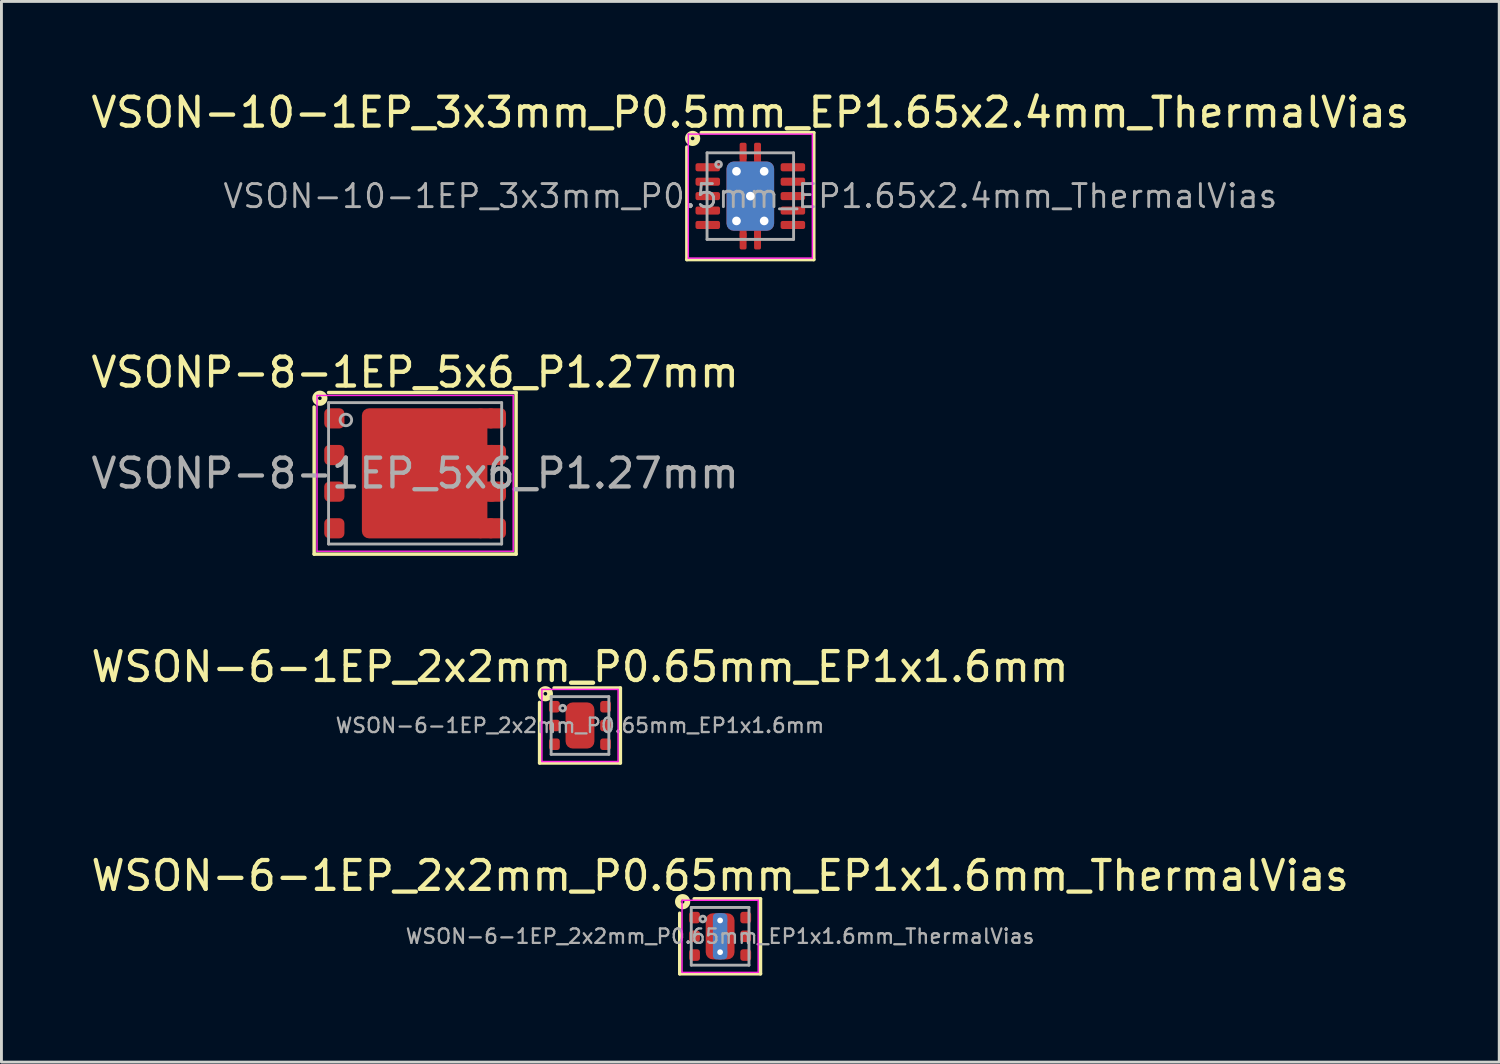
<source format=kicad_pcb>
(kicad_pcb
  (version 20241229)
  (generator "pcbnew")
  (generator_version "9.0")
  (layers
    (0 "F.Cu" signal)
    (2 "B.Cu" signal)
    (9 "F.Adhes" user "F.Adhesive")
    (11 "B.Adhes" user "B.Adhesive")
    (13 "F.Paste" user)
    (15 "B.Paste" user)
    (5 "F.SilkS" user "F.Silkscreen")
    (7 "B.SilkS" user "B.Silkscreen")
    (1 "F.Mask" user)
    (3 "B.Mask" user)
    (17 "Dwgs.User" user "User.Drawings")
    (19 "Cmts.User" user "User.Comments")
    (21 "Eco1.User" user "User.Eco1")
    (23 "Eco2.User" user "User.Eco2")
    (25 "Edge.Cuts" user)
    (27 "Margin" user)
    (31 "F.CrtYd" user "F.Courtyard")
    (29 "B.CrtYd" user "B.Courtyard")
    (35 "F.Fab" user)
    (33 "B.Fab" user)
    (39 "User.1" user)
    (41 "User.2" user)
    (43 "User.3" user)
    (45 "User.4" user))
  (footprint "WSON-6-1EP_2x2mm_P0.65mm_EP1x1.6mm"
    (layer "F.Cu")
    (at 17.054 22.097)
    (property "Reference" "WSON-6-1EP_2x2mm_P0.65mm_EP1x1.6mm" (at 0 -2.032 0) (layer "F.SilkS") (effects (font (size 1 1) (thickness 0.15))))
    (attr smd)
    (fp_line (start -1.4 1.3) (end -1.4 -0.8) (stroke (width 0.12) (type solid)) (layer "F.SilkS"))
    (fp_line (start -0.9 -1.3) (end 1.4 -1.3) (stroke (width 0.12) (type solid)) (layer "F.SilkS"))
    (fp_line (start 1.4 -1.3) (end 1.4 1.3) (stroke (width 0.12) (type solid)) (layer "F.SilkS"))
    (fp_line (start 1.4 1.3) (end -1.4 1.3) (stroke (width 0.12) (type solid)) (layer "F.SilkS"))
    (fp_circle (center -1.2 -1.1) (end -1.137 -1.1) (stroke (width 0.2) (type solid)) (fill no) (layer "F.SilkS"))
    (fp_line (start -1.32 -1.25) (end -1.32 1.25) (stroke (width 0.05) (type solid)) (layer "F.CrtYd"))
    (fp_line (start -1.32 1.25) (end 1.32 1.25) (stroke (width 0.05) (type solid)) (layer "F.CrtYd"))
    (fp_line (start 1.32 -1.25) (end -1.32 -1.25) (stroke (width 0.05) (type solid)) (layer "F.CrtYd"))
    (fp_line (start 1.32 1.25) (end 1.32 -1.25) (stroke (width 0.05) (type solid)) (layer "F.CrtYd"))
    (fp_line (start -1 -1) (end 1 -1) (stroke (width 0.1) (type solid)) (layer "F.Fab"))
    (fp_line (start -1 1) (end -1 -1) (stroke (width 0.1) (type solid)) (layer "F.Fab"))
    (fp_line (start 1 -1) (end 1 1) (stroke (width 0.1) (type solid)) (layer "F.Fab"))
    (fp_line (start 1 1) (end -1 1) (stroke (width 0.1) (type solid)) (layer "F.Fab"))
    (fp_circle (center -0.6 -0.6) (end -0.5 -0.6) (stroke (width 0.1) (type solid)) (fill no) (layer "F.Fab"))
    (fp_text user "${REFERENCE}" (at 0 0 0) (layer "F.Fab") (effects (font (size 0.5 0.5) (thickness 0.08))))
    (pad "" smd roundrect (at 0 -0.4) (size 0.81 0.64) (layers "F.Paste") (roundrect_rratio 0.25))
    (pad "" smd roundrect (at 0 0.4) (size 0.81 0.64) (layers "F.Paste") (roundrect_rratio 0.25))
    (pad "1" smd roundrect (at -0.887 -0.65) (size 0.375 0.4) (layers "F.Cu" "F.Mask" "F.Paste") (roundrect_rratio 0.25))
    (pad "2" smd roundrect (at -0.887 0) (size 0.375 0.4) (layers "F.Cu" "F.Mask" "F.Paste") (roundrect_rratio 0.25))
    (pad "3" smd roundrect (at -0.887 0.65) (size 0.375 0.4) (layers "F.Cu" "F.Mask" "F.Paste") (roundrect_rratio 0.25))
    (pad "4" smd roundrect (at 0.887 0.65) (size 0.375 0.4) (layers "F.Cu" "F.Mask" "F.Paste") (roundrect_rratio 0.25))
    (pad "5" smd roundrect (at 0.887 0) (size 0.375 0.4) (layers "F.Cu" "F.Mask" "F.Paste") (roundrect_rratio 0.25))
    (pad "6" smd roundrect (at 0.887 -0.65) (size 0.375 0.4) (layers "F.Cu" "F.Mask" "F.Paste") (roundrect_rratio 0.25))
    (pad "7" smd roundrect (at 0 0) (size 1 1.6) (layers "F.Cu" "F.Mask") (roundrect_rratio 0.25)))
  (footprint "VSON-10-1EP_3x3mm_P0.5mm_EP1.65x2.4mm_ThermalVias"
    (layer "F.Cu")
    (at 22.958 3.748)
    (property "Reference" "VSON-10-1EP_3x3mm_P0.5mm_EP1.65x2.4mm_ThermalVias" (at 0 -2.9 0) (layer "F.SilkS") (effects (font (size 1 1) (thickness 0.15))))
    (attr smd)
    (fp_line (start -2.2 2.2) (end -2.2 -1.7) (stroke (width 0.12) (type solid)) (layer "F.SilkS"))
    (fp_line (start -1.7 -2.2) (end 2.2 -2.2) (stroke (width 0.12) (type solid)) (layer "F.SilkS"))
    (fp_line (start 2.2 -2.2) (end 2.2 2.2) (stroke (width 0.12) (type solid)) (layer "F.SilkS"))
    (fp_line (start 2.2 2.2) (end -2.2 2.2) (stroke (width 0.12) (type solid)) (layer "F.SilkS"))
    (fp_circle (center -2 -2) (end -1.937 -2) (stroke (width 0.2) (type solid)) (fill no) (layer "F.SilkS"))
    (fp_line (start -2.15 -2.15) (end 2.15 -2.15) (stroke (width 0.05) (type solid)) (layer "F.CrtYd"))
    (fp_line (start -2.15 2.15) (end -2.15 -2.15) (stroke (width 0.05) (type solid)) (layer "F.CrtYd"))
    (fp_line (start 2.15 -2.15) (end 2.15 2.15) (stroke (width 0.05) (type solid)) (layer "F.CrtYd"))
    (fp_line (start 2.15 2.15) (end -2.15 2.15) (stroke (width 0.05) (type solid)) (layer "F.CrtYd"))
    (fp_line (start -1.5 -1.5) (end -1.5 1.5) (stroke (width 0.1) (type solid)) (layer "F.Fab"))
    (fp_line (start -1.5 -1.5) (end 1.5 -1.5) (stroke (width 0.1) (type solid)) (layer "F.Fab"))
    (fp_line (start -1.5 1.5) (end 1.5 1.5) (stroke (width 0.1) (type solid)) (layer "F.Fab"))
    (fp_line (start 1.5 -1.5) (end 1.5 1.5) (stroke (width 0.1) (type solid)) (layer "F.Fab"))
    (fp_circle (center -1.1 -1.1) (end -1 -1.1) (stroke (width 0.1) (type solid)) (fill no) (layer "F.Fab"))
    (fp_text user "${REFERENCE}" (at 0 0 0) (layer "F.Fab") (effects (font (size 0.8 0.8) (thickness 0.1))))
    (pad "" smd roundrect (at 0 -0.6) (size 1.5 1) (layers "F.Paste") (roundrect_rratio 0.1))
    (pad "" smd roundrect (at 0 0.6) (size 1.5 1) (layers "F.Paste") (roundrect_rratio 0.1))
    (pad "1" smd roundrect (at -1.475 -1) (size 0.85 0.28) (layers "F.Cu" "F.Mask" "F.Paste") (roundrect_rratio 0.25))
    (pad "2" smd roundrect (at -1.475 -0.5) (size 0.85 0.28) (layers "F.Cu" "F.Mask" "F.Paste") (roundrect_rratio 0.25))
    (pad "3" smd roundrect (at -1.475 0) (size 0.85 0.28) (layers "F.Cu" "F.Mask" "F.Paste") (roundrect_rratio 0.25))
    (pad "4" smd roundrect (at -1.475 0.5) (size 0.85 0.28) (layers "F.Cu" "F.Mask" "F.Paste") (roundrect_rratio 0.25))
    (pad "5" smd roundrect (at -1.475 1) (size 0.85 0.28) (layers "F.Cu" "F.Mask" "F.Paste") (roundrect_rratio 0.25))
    (pad "6" smd roundrect (at 1.475 1) (size 0.85 0.28) (layers "F.Cu" "F.Mask" "F.Paste") (roundrect_rratio 0.25))
    (pad "7" smd roundrect (at 1.475 0.5) (size 0.85 0.28) (layers "F.Cu" "F.Mask" "F.Paste") (roundrect_rratio 0.25))
    (pad "8" smd roundrect (at 1.475 0) (size 0.85 0.28) (layers "F.Cu" "F.Mask" "F.Paste") (roundrect_rratio 0.25))
    (pad "9" smd roundrect (at 1.475 -0.5) (size 0.85 0.28) (layers "F.Cu" "F.Mask" "F.Paste") (roundrect_rratio 0.25))
    (pad "10" smd roundrect (at 1.475 -1) (size 0.85 0.28) (layers "F.Cu" "F.Mask" "F.Paste") (roundrect_rratio 0.25))
    (pad "11" thru_hole circle (at -0.48 -0.86) (size 0.6 0.6) (drill 0.3) (property pad_prop_heatsink) (layers "*.Cu"))
    (pad "11" thru_hole circle (at -0.48 0.86) (size 0.6 0.6) (drill 0.3) (property pad_prop_heatsink) (layers "*.Cu"))
    (pad "11" smd roundrect (at -0.25 -1.55 90) (size 0.6 0.24) (layers "F.Cu" "F.Mask" "F.Paste") (roundrect_rratio 0.25))
    (pad "11" smd rect (at -0.25 -1.24 90) (size 0.5 0.24) (layers "F.Cu" "F.Mask"))
    (pad "11" smd rect (at -0.25 1.18 90) (size 0.5 0.24) (layers "F.Cu" "F.Mask"))
    (pad "11" smd roundrect (at -0.25 1.55 90) (size 0.6 0.24) (layers "F.Cu" "F.Mask" "F.Paste") (roundrect_rratio 0.25))
    (pad "11" thru_hole circle (at 0 0) (size 0.6 0.6) (drill 0.3) (property pad_prop_heatsink) (layers "*.Cu"))
    (pad "11" smd roundrect (at 0 0) (size 1.65 2.4) (layers "F.Cu" "F.Mask") (roundrect_rratio 0.152))
    (pad "11" smd roundrect (at 0 0) (size 1.65 2.4) (layers "B.Cu" "B.Mask") (roundrect_rratio 0.152))
    (pad "11" smd roundrect (at 0.25 -1.55 90) (size 0.6 0.24) (layers "F.Cu" "F.Mask" "F.Paste") (roundrect_rratio 0.25))
    (pad "11" smd rect (at 0.25 -1.22 90) (size 0.5 0.24) (layers "F.Cu" "F.Mask"))
    (pad "11" smd rect (at 0.25 1.16 90) (size 0.5 0.24) (layers "F.Cu" "F.Mask"))
    (pad "11" smd roundrect (at 0.25 1.55 90) (size 0.6 0.24) (layers "F.Cu" "F.Mask" "F.Paste") (roundrect_rratio 0.25))
    (pad "11" thru_hole circle (at 0.48 -0.86) (size 0.6 0.6) (drill 0.3) (property pad_prop_heatsink) (layers "*.Cu"))
    (pad "11" thru_hole circle (at 0.48 0.86) (size 0.6 0.6) (drill 0.3) (property pad_prop_heatsink) (layers "*.Cu")))
  (footprint "WSON-6-1EP_2x2mm_P0.65mm_EP1x1.6mm_ThermalVias"
    (layer "F.Cu")
    (at 21.911 29.405)
    (property "Reference" "WSON-6-1EP_2x2mm_P0.65mm_EP1x1.6mm_ThermalVias" (at 0 -2.1 0) (layer "F.SilkS") (effects (font (size 1 1) (thickness 0.15))))
    (attr smd)
    (fp_line (start -1.4 1.3) (end -1.4 -0.8) (stroke (width 0.12) (type solid)) (layer "F.SilkS"))
    (fp_line (start -0.9 -1.3) (end 1.4 -1.3) (stroke (width 0.12) (type solid)) (layer "F.SilkS"))
    (fp_line (start 1.4 -1.3) (end 1.4 1.3) (stroke (width 0.12) (type solid)) (layer "F.SilkS"))
    (fp_line (start 1.4 1.3) (end -1.4 1.3) (stroke (width 0.12) (type solid)) (layer "F.SilkS"))
    (fp_circle (center -1.3 -1.2) (end -1.236 -1.2) (stroke (width 0.2) (type solid)) (fill no) (layer "F.SilkS"))
    (fp_line (start -1.32 -1.25) (end -1.32 1.25) (stroke (width 0.05) (type solid)) (layer "F.CrtYd"))
    (fp_line (start -1.32 1.25) (end 1.32 1.25) (stroke (width 0.05) (type solid)) (layer "F.CrtYd"))
    (fp_line (start 1.32 -1.25) (end -1.32 -1.25) (stroke (width 0.05) (type solid)) (layer "F.CrtYd"))
    (fp_line (start 1.32 1.25) (end 1.32 -1.25) (stroke (width 0.05) (type solid)) (layer "F.CrtYd"))
    (fp_line (start -1 -1) (end 1 -1) (stroke (width 0.1) (type solid)) (layer "F.Fab"))
    (fp_line (start -1 1) (end -1 -1) (stroke (width 0.1) (type solid)) (layer "F.Fab"))
    (fp_line (start 1 -1) (end 1 1) (stroke (width 0.1) (type solid)) (layer "F.Fab"))
    (fp_line (start 1 1) (end -1 1) (stroke (width 0.1) (type solid)) (layer "F.Fab"))
    (fp_circle (center -0.6 -0.6) (end -0.5 -0.6) (stroke (width 0.1) (type solid)) (fill no) (layer "F.Fab"))
    (fp_text user "${REFERENCE}" (at 0 0 0) (layer "F.Fab") (effects (font (size 0.5 0.5) (thickness 0.08))))
    (pad "" smd roundrect (at 0 -0.4) (size 0.87 0.69) (layers "F.Paste") (roundrect_rratio 0.25))
    (pad "" smd roundrect (at 0 0.4) (size 0.87 0.69) (layers "F.Paste") (roundrect_rratio 0.25))
    (pad "1" smd roundrect (at -0.887 -0.65) (size 0.375 0.4) (layers "F.Cu" "F.Mask" "F.Paste") (roundrect_rratio 0.25))
    (pad "2" smd roundrect (at -0.887 0) (size 0.375 0.4) (layers "F.Cu" "F.Mask" "F.Paste") (roundrect_rratio 0.25))
    (pad "3" smd roundrect (at -0.887 0.65) (size 0.375 0.4) (layers "F.Cu" "F.Mask" "F.Paste") (roundrect_rratio 0.25))
    (pad "4" smd roundrect (at 0.887 0.65) (size 0.375 0.4) (layers "F.Cu" "F.Mask" "F.Paste") (roundrect_rratio 0.25))
    (pad "5" smd roundrect (at 0.887 0) (size 0.375 0.4) (layers "F.Cu" "F.Mask" "F.Paste") (roundrect_rratio 0.25))
    (pad "6" smd roundrect (at 0.887 -0.65) (size 0.375 0.4) (layers "F.Cu" "F.Mask" "F.Paste") (roundrect_rratio 0.25))
    (pad "7" thru_hole circle (at 0 -0.55) (size 0.5 0.5) (drill 0.2) (property pad_prop_heatsink) (layers "*.Cu"))
    (pad "7" smd roundrect (at 0 0) (size 0.5 1.6) (layers "B.Cu" "B.Mask") (roundrect_rratio 0.25))
    (pad "7" smd roundrect (at 0 0) (size 1 1.6) (layers "F.Cu" "F.Mask") (roundrect_rratio 0.25))
    (pad "7" thru_hole circle (at 0 0.55) (size 0.5 0.5) (drill 0.2) (property pad_prop_heatsink) (layers "*.Cu")))
  (footprint "VSONP-8-1EP_5x6_P1.27mm"
    (layer "F.Cu")
    (at 11.339 13.357)
    (property "Reference" "VSONP-8-1EP_5x6_P1.27mm" (at 0 -3.5 0) (layer "F.SilkS") (effects (font (size 1 1) (thickness 0.15))))
    (attr smd)
    (fp_line (start -3.5 2.8) (end -3.5 -2.3) (stroke (width 0.12) (type solid)) (layer "F.SilkS"))
    (fp_line (start -3 -2.8) (end 3.5 -2.8) (stroke (width 0.12) (type solid)) (layer "F.SilkS"))
    (fp_line (start 3.5 -2.8) (end 3.5 2.8) (stroke (width 0.12) (type solid)) (layer "F.SilkS"))
    (fp_line (start 3.5 2.8) (end -3.5 2.8) (stroke (width 0.12) (type solid)) (layer "F.SilkS"))
    (fp_circle (center -3.302 -2.603) (end -3.239 -2.603) (stroke (width 0.2) (type solid)) (fill no) (layer "F.SilkS"))
    (fp_line (start -3.4 -2.7) (end 3.4 -2.7) (stroke (width 0.05) (type solid)) (layer "F.CrtYd"))
    (fp_line (start -3.4 2.7) (end -3.4 -2.7) (stroke (width 0.05) (type solid)) (layer "F.CrtYd"))
    (fp_line (start 3.4 -2.7) (end 3.4 2.7) (stroke (width 0.05) (type solid)) (layer "F.CrtYd"))
    (fp_line (start 3.4 2.7) (end -3.4 2.7) (stroke (width 0.05) (type solid)) (layer "F.CrtYd"))
    (fp_line (start -3 -2.45) (end -3 2.45) (stroke (width 0.1) (type solid)) (layer "F.Fab"))
    (fp_line (start -3 -2.45) (end 3 -2.45) (stroke (width 0.1) (type solid)) (layer "F.Fab"))
    (fp_line (start 3 -2.45) (end 3 2.45) (stroke (width 0.1) (type solid)) (layer "F.Fab"))
    (fp_line (start 3 2.45) (end -3 2.45) (stroke (width 0.1) (type solid)) (layer "F.Fab"))
    (fp_circle (center -2.4 -1.85) (end -2.2 -1.85) (stroke (width 0.1) (type solid)) (fill no) (layer "F.Fab"))
    (fp_text user "${REFERENCE}" (at 0 0 0) (layer "F.Fab") (effects (font (size 1 1) (thickness 0.15))))
    (pad "" smd roundrect (at -0.797 -1.095) (size 1.235 1.57) (layers "F.Paste") (roundrect_rratio 0.202))
    (pad "" smd roundrect (at -0.797 1.095) (size 1.235 1.57) (layers "F.Paste") (roundrect_rratio 0.202))
    (pad "" smd roundrect (at 1.113 -1.095) (size 1.585 1.57) (layers "F.Paste") (roundrect_rratio 0.159))
    (pad "" smd roundrect (at 1.113 1.095) (size 1.585 1.57) (layers "F.Paste") (roundrect_rratio 0.159))
    (pad "1" smd roundrect (at -2.8 -1.905) (size 0.7 0.7) (layers "F.Cu" "F.Mask" "F.Paste") (roundrect_rratio 0.25))
    (pad "1" smd roundrect (at -2.8 -0.635) (size 0.7 0.7) (layers "F.Cu" "F.Mask" "F.Paste") (roundrect_rratio 0.25))
    (pad "1" smd roundrect (at -2.8 0.635) (size 0.7 0.7) (layers "F.Cu" "F.Mask" "F.Paste") (roundrect_rratio 0.25))
    (pad "2" smd roundrect (at -2.8 1.905) (size 0.7 0.7) (layers "F.Cu" "F.Mask" "F.Paste") (roundrect_rratio 0.25))
    (pad "3" smd roundrect (at 0.33 0) (size 4.35 4.51) (layers "F.Cu" "F.Mask") (roundrect_rratio 0.057))
    (pad "3" smd roundrect (at 2.45 -1.905) (size 0.7 0.7) (layers "F.Cu" "F.Mask") (roundrect_rratio 0.25))
    (pad "3" smd roundrect (at 2.45 1.905) (size 0.7 0.7) (layers "F.Cu" "F.Mask") (roundrect_rratio 0.25))
    (pad "3" smd roundrect (at 2.5 -0.635) (size 0.7 0.7) (layers "F.Cu" "F.Mask") (roundrect_rratio 0.25))
    (pad "3" smd roundrect (at 2.5 0.635) (size 0.7 0.7) (layers "F.Cu" "F.Mask") (roundrect_rratio 0.25))
    (pad "3" smd roundrect (at 2.8 -1.905) (size 0.7 0.7) (layers "F.Cu" "F.Mask" "F.Paste") (roundrect_rratio 0.25))
    (pad "3" smd roundrect (at 2.8 -0.635) (size 0.7 0.7) (layers "F.Cu" "F.Mask" "F.Paste") (roundrect_rratio 0.25))
    (pad "3" smd roundrect (at 2.8 0.635) (size 0.7 0.7) (layers "F.Cu" "F.Mask" "F.Paste") (roundrect_rratio 0.25))
    (pad "3" smd roundrect (at 2.8 1.905) (size 0.7 0.7) (layers "F.Cu" "F.Mask" "F.Paste") (roundrect_rratio 0.25)))
  (gr_rect
    (start -3 -3)
    (end 48.917 33.765)
    (stroke (width 0.1) (type default))
    (fill no)
    (layer "Edge.Cuts")))
</source>
